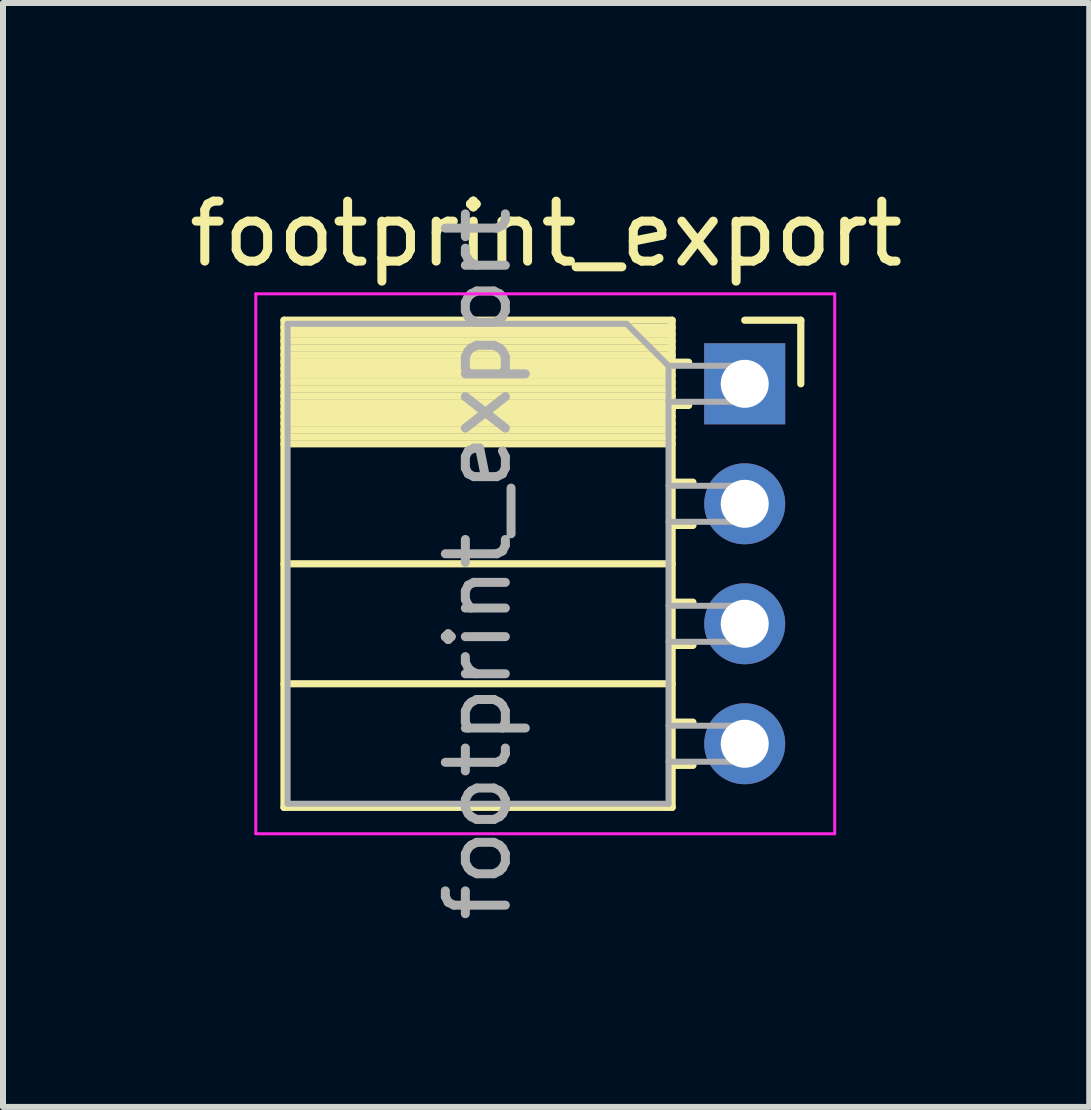
<source format=kicad_pcb>
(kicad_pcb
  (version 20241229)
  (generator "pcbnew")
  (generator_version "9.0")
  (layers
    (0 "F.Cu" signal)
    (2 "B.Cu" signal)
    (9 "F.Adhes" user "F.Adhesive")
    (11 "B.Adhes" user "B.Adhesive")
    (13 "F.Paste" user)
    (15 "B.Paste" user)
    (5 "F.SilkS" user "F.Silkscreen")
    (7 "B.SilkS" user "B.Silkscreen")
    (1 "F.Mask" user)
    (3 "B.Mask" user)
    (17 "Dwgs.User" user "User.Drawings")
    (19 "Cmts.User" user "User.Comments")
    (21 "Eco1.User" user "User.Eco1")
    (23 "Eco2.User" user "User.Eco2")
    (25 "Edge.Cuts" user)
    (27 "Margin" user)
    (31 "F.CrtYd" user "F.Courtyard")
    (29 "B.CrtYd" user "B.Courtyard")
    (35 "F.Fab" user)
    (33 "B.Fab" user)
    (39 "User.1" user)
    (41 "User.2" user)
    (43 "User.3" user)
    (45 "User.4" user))
  (footprint "footprint_export"
    (layer "F.Cu")
    (at 9.364 3.348)
    (property "Reference" "footprint_export" (at -3.31 -2.5 0) (layer "F.SilkS") (effects (font (size 1 1) (thickness 0.15))))
    (attr through_hole)
    (fp_line (start -7.68 -1.06) (end -7.68 7.06) (stroke (width 0.12) (type solid)) (layer "F.SilkS"))
    (fp_line (start -7.68 -1.06) (end -1.21 -1.06) (stroke (width 0.12) (type solid)) (layer "F.SilkS"))
    (fp_line (start -7.68 -0.94) (end -1.21 -0.94) (stroke (width 0.12) (type solid)) (layer "F.SilkS"))
    (fp_line (start -7.68 -0.826) (end -1.21 -0.826) (stroke (width 0.12) (type solid)) (layer "F.SilkS"))
    (fp_line (start -7.68 -0.712) (end -1.21 -0.712) (stroke (width 0.12) (type solid)) (layer "F.SilkS"))
    (fp_line (start -7.68 -0.598) (end -1.21 -0.598) (stroke (width 0.12) (type solid)) (layer "F.SilkS"))
    (fp_line (start -7.68 -0.484) (end -1.21 -0.484) (stroke (width 0.12) (type solid)) (layer "F.SilkS"))
    (fp_line (start -7.68 -0.369) (end -1.21 -0.369) (stroke (width 0.12) (type solid)) (layer "F.SilkS"))
    (fp_line (start -7.68 -0.255) (end -1.21 -0.255) (stroke (width 0.12) (type solid)) (layer "F.SilkS"))
    (fp_line (start -7.68 -0.141) (end -1.21 -0.141) (stroke (width 0.12) (type solid)) (layer "F.SilkS"))
    (fp_line (start -7.68 -0.027) (end -1.21 -0.027) (stroke (width 0.12) (type solid)) (layer "F.SilkS"))
    (fp_line (start -7.68 0.087) (end -1.21 0.087) (stroke (width 0.12) (type solid)) (layer "F.SilkS"))
    (fp_line (start -7.68 0.201) (end -1.21 0.201) (stroke (width 0.12) (type solid)) (layer "F.SilkS"))
    (fp_line (start -7.68 0.315) (end -1.21 0.315) (stroke (width 0.12) (type solid)) (layer "F.SilkS"))
    (fp_line (start -7.68 0.429) (end -1.21 0.429) (stroke (width 0.12) (type solid)) (layer "F.SilkS"))
    (fp_line (start -7.68 0.544) (end -1.21 0.544) (stroke (width 0.12) (type solid)) (layer "F.SilkS"))
    (fp_line (start -7.68 0.658) (end -1.21 0.658) (stroke (width 0.12) (type solid)) (layer "F.SilkS"))
    (fp_line (start -7.68 0.772) (end -1.21 0.772) (stroke (width 0.12) (type solid)) (layer "F.SilkS"))
    (fp_line (start -7.68 0.886) (end -1.21 0.886) (stroke (width 0.12) (type solid)) (layer "F.SilkS"))
    (fp_line (start -7.68 1) (end -1.21 1) (stroke (width 0.12) (type solid)) (layer "F.SilkS"))
    (fp_line (start -7.68 3) (end -1.21 3) (stroke (width 0.12) (type solid)) (layer "F.SilkS"))
    (fp_line (start -7.68 5) (end -1.21 5) (stroke (width 0.12) (type solid)) (layer "F.SilkS"))
    (fp_line (start -7.68 7.06) (end -1.21 7.06) (stroke (width 0.12) (type solid)) (layer "F.SilkS"))
    (fp_line (start -1.21 -1.06) (end -1.21 7.06) (stroke (width 0.12) (type solid)) (layer "F.SilkS"))
    (fp_line (start -1.21 -0.36) (end -0.935 -0.36) (stroke (width 0.12) (type solid)) (layer "F.SilkS"))
    (fp_line (start -1.21 0.36) (end -0.935 0.36) (stroke (width 0.12) (type solid)) (layer "F.SilkS"))
    (fp_line (start -1.21 1.64) (end -0.863 1.64) (stroke (width 0.12) (type solid)) (layer "F.SilkS"))
    (fp_line (start -1.21 2.36) (end -0.863 2.36) (stroke (width 0.12) (type solid)) (layer "F.SilkS"))
    (fp_line (start -1.21 3.64) (end -0.863 3.64) (stroke (width 0.12) (type solid)) (layer "F.SilkS"))
    (fp_line (start -1.21 4.36) (end -0.863 4.36) (stroke (width 0.12) (type solid)) (layer "F.SilkS"))
    (fp_line (start -1.21 5.64) (end -0.863 5.64) (stroke (width 0.12) (type solid)) (layer "F.SilkS"))
    (fp_line (start -1.21 6.36) (end -0.863 6.36) (stroke (width 0.12) (type solid)) (layer "F.SilkS"))
    (fp_line (start 0 -1.06) (end 0.935 -1.06) (stroke (width 0.12) (type solid)) (layer "F.SilkS"))
    (fp_line (start 0.935 -1.06) (end 0.935 0) (stroke (width 0.12) (type solid)) (layer "F.SilkS"))
    (fp_line (start -8.15 -1.5) (end -8.15 7.5) (stroke (width 0.05) (type solid)) (layer "F.CrtYd"))
    (fp_line (start -8.15 7.5) (end 1.5 7.5) (stroke (width 0.05) (type solid)) (layer "F.CrtYd"))
    (fp_line (start 1.5 -1.5) (end -8.15 -1.5) (stroke (width 0.05) (type solid)) (layer "F.CrtYd"))
    (fp_line (start 1.5 7.5) (end 1.5 -1.5) (stroke (width 0.05) (type solid)) (layer "F.CrtYd"))
    (fp_line (start -7.62 -1) (end -1.97 -1) (stroke (width 0.1) (type solid)) (layer "F.Fab"))
    (fp_line (start -7.62 7) (end -7.62 -1) (stroke (width 0.1) (type solid)) (layer "F.Fab"))
    (fp_line (start -1.97 -1) (end -1.27 -0.3) (stroke (width 0.1) (type solid)) (layer "F.Fab"))
    (fp_line (start -1.27 -0.3) (end -1.27 7) (stroke (width 0.1) (type solid)) (layer "F.Fab"))
    (fp_line (start -1.27 0.3) (end 0 0.3) (stroke (width 0.1) (type solid)) (layer "F.Fab"))
    (fp_line (start -1.27 2.3) (end 0 2.3) (stroke (width 0.1) (type solid)) (layer "F.Fab"))
    (fp_line (start -1.27 4.3) (end 0 4.3) (stroke (width 0.1) (type solid)) (layer "F.Fab"))
    (fp_line (start -1.27 6.3) (end 0 6.3) (stroke (width 0.1) (type solid)) (layer "F.Fab"))
    (fp_line (start -1.27 7) (end -7.62 7) (stroke (width 0.1) (type solid)) (layer "F.Fab"))
    (fp_line (start 0 -0.3) (end -1.27 -0.3) (stroke (width 0.1) (type solid)) (layer "F.Fab"))
    (fp_line (start 0 0.3) (end 0 -0.3) (stroke (width 0.1) (type solid)) (layer "F.Fab"))
    (fp_line (start 0 1.7) (end -1.27 1.7) (stroke (width 0.1) (type solid)) (layer "F.Fab"))
    (fp_line (start 0 2.3) (end 0 1.7) (stroke (width 0.1) (type solid)) (layer "F.Fab"))
    (fp_line (start 0 3.7) (end -1.27 3.7) (stroke (width 0.1) (type solid)) (layer "F.Fab"))
    (fp_line (start 0 4.3) (end 0 3.7) (stroke (width 0.1) (type solid)) (layer "F.Fab"))
    (fp_line (start 0 5.7) (end -1.27 5.7) (stroke (width 0.1) (type solid)) (layer "F.Fab"))
    (fp_line (start 0 6.3) (end 0 5.7) (stroke (width 0.1) (type solid)) (layer "F.Fab"))
    (fp_text user "${REFERENCE}" (at -4.445 3 90) (layer "F.Fab") (effects (font (size 1 1) (thickness 0.15))))
    (pad "1" thru_hole rect (at 0 0) (size 1.35 1.35) (drill 0.8) (layers "*.Cu" "*.Mask"))
    (pad "2" thru_hole oval (at 0 2) (size 1.35 1.35) (drill 0.8) (layers "*.Cu" "*.Mask"))
    (pad "3" thru_hole oval (at 0 4) (size 1.35 1.35) (drill 0.8) (layers "*.Cu" "*.Mask"))
    (pad "4" thru_hole oval (at 0 6) (size 1.35 1.35) (drill 0.8) (layers "*.Cu" "*.Mask")))
  (gr_rect
    (start -3 -3)
    (end 15.107 15.402)
    (stroke (width 0.1) (type default))
    (fill no)
    (layer "Edge.Cuts")))
</source>
